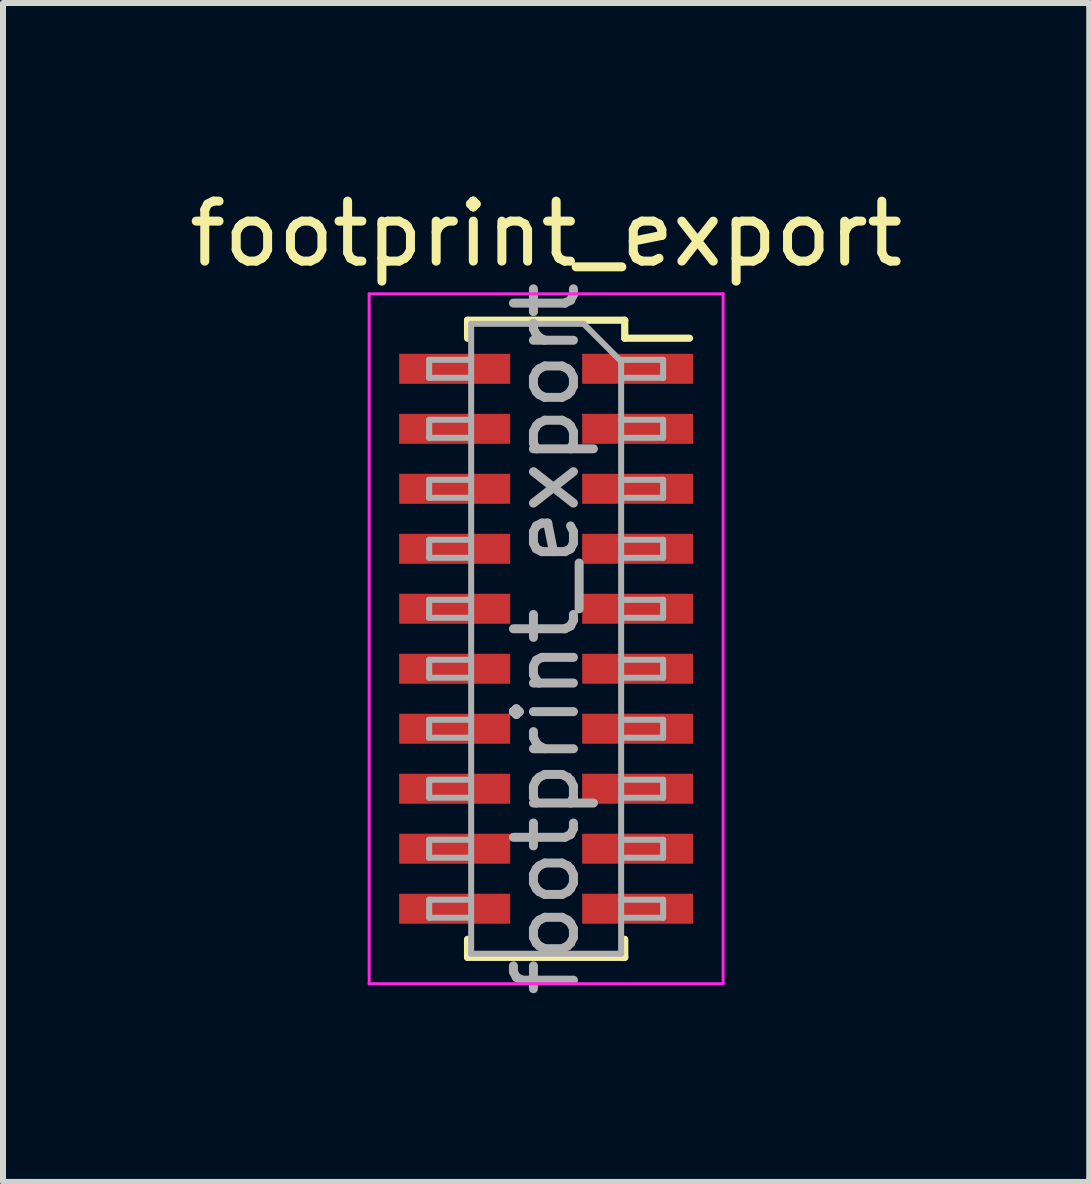
<source format=kicad_pcb>
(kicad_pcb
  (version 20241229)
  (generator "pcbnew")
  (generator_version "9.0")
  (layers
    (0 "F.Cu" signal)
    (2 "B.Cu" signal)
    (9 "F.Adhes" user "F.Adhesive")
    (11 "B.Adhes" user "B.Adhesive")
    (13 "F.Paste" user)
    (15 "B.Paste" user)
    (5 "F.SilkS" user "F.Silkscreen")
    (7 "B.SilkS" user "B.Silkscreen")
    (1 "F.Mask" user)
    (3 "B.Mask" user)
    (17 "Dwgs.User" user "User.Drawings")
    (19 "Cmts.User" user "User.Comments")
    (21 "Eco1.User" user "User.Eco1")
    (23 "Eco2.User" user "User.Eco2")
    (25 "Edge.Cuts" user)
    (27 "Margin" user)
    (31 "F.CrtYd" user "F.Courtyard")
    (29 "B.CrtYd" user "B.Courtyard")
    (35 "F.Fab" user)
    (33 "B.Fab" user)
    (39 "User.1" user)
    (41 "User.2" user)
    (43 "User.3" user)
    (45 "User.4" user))
  (footprint "footprint_export"
    (layer "F.Cu")
    (at 6.054 7.598)
    (property "Reference" "footprint_export" (at 0 -6.75 0) (layer "F.SilkS") (effects (font (size 1 1) (thickness 0.15))))
    (attr smd)
    (fp_line (start -1.31 -5.31) (end -1.31 -5.01) (stroke (width 0.12) (type solid)) (layer "F.SilkS"))
    (fp_line (start -1.31 -5.31) (end 1.31 -5.31) (stroke (width 0.12) (type solid)) (layer "F.SilkS"))
    (fp_line (start -1.31 5.01) (end -1.31 5.31) (stroke (width 0.12) (type solid)) (layer "F.SilkS"))
    (fp_line (start -1.31 5.31) (end 1.31 5.31) (stroke (width 0.12) (type solid)) (layer "F.SilkS"))
    (fp_line (start 1.31 -5.31) (end 1.31 -5.01) (stroke (width 0.12) (type solid)) (layer "F.SilkS"))
    (fp_line (start 1.31 -5.01) (end 2.39 -5.01) (stroke (width 0.12) (type solid)) (layer "F.SilkS"))
    (fp_line (start 1.31 5.01) (end 1.31 5.31) (stroke (width 0.12) (type solid)) (layer "F.SilkS"))
    (fp_line (start -2.95 -5.75) (end 2.95 -5.75) (stroke (width 0.05) (type solid)) (layer "F.CrtYd"))
    (fp_line (start -2.95 5.75) (end -2.95 -5.75) (stroke (width 0.05) (type solid)) (layer "F.CrtYd"))
    (fp_line (start 2.95 -5.75) (end 2.95 5.75) (stroke (width 0.05) (type solid)) (layer "F.CrtYd"))
    (fp_line (start 2.95 5.75) (end -2.95 5.75) (stroke (width 0.05) (type solid)) (layer "F.CrtYd"))
    (fp_line (start -1.95 -4.65) (end -1.25 -4.65) (stroke (width 0.1) (type solid)) (layer "F.Fab"))
    (fp_line (start -1.95 -4.35) (end -1.95 -4.65) (stroke (width 0.1) (type solid)) (layer "F.Fab"))
    (fp_line (start -1.95 -3.65) (end -1.25 -3.65) (stroke (width 0.1) (type solid)) (layer "F.Fab"))
    (fp_line (start -1.95 -3.35) (end -1.95 -3.65) (stroke (width 0.1) (type solid)) (layer "F.Fab"))
    (fp_line (start -1.95 -2.65) (end -1.25 -2.65) (stroke (width 0.1) (type solid)) (layer "F.Fab"))
    (fp_line (start -1.95 -2.35) (end -1.95 -2.65) (stroke (width 0.1) (type solid)) (layer "F.Fab"))
    (fp_line (start -1.95 -1.65) (end -1.25 -1.65) (stroke (width 0.1) (type solid)) (layer "F.Fab"))
    (fp_line (start -1.95 -1.35) (end -1.95 -1.65) (stroke (width 0.1) (type solid)) (layer "F.Fab"))
    (fp_line (start -1.95 -0.65) (end -1.25 -0.65) (stroke (width 0.1) (type solid)) (layer "F.Fab"))
    (fp_line (start -1.95 -0.35) (end -1.95 -0.65) (stroke (width 0.1) (type solid)) (layer "F.Fab"))
    (fp_line (start -1.95 0.35) (end -1.25 0.35) (stroke (width 0.1) (type solid)) (layer "F.Fab"))
    (fp_line (start -1.95 0.65) (end -1.95 0.35) (stroke (width 0.1) (type solid)) (layer "F.Fab"))
    (fp_line (start -1.95 1.35) (end -1.25 1.35) (stroke (width 0.1) (type solid)) (layer "F.Fab"))
    (fp_line (start -1.95 1.65) (end -1.95 1.35) (stroke (width 0.1) (type solid)) (layer "F.Fab"))
    (fp_line (start -1.95 2.35) (end -1.25 2.35) (stroke (width 0.1) (type solid)) (layer "F.Fab"))
    (fp_line (start -1.95 2.65) (end -1.95 2.35) (stroke (width 0.1) (type solid)) (layer "F.Fab"))
    (fp_line (start -1.95 3.35) (end -1.25 3.35) (stroke (width 0.1) (type solid)) (layer "F.Fab"))
    (fp_line (start -1.95 3.65) (end -1.95 3.35) (stroke (width 0.1) (type solid)) (layer "F.Fab"))
    (fp_line (start -1.95 4.35) (end -1.25 4.35) (stroke (width 0.1) (type solid)) (layer "F.Fab"))
    (fp_line (start -1.95 4.65) (end -1.95 4.35) (stroke (width 0.1) (type solid)) (layer "F.Fab"))
    (fp_line (start -1.25 -5.25) (end 0.625 -5.25) (stroke (width 0.1) (type solid)) (layer "F.Fab"))
    (fp_line (start -1.25 -4.35) (end -1.95 -4.35) (stroke (width 0.1) (type solid)) (layer "F.Fab"))
    (fp_line (start -1.25 -3.35) (end -1.95 -3.35) (stroke (width 0.1) (type solid)) (layer "F.Fab"))
    (fp_line (start -1.25 -2.35) (end -1.95 -2.35) (stroke (width 0.1) (type solid)) (layer "F.Fab"))
    (fp_line (start -1.25 -1.35) (end -1.95 -1.35) (stroke (width 0.1) (type solid)) (layer "F.Fab"))
    (fp_line (start -1.25 -0.35) (end -1.95 -0.35) (stroke (width 0.1) (type solid)) (layer "F.Fab"))
    (fp_line (start -1.25 0.65) (end -1.95 0.65) (stroke (width 0.1) (type solid)) (layer "F.Fab"))
    (fp_line (start -1.25 1.65) (end -1.95 1.65) (stroke (width 0.1) (type solid)) (layer "F.Fab"))
    (fp_line (start -1.25 2.65) (end -1.95 2.65) (stroke (width 0.1) (type solid)) (layer "F.Fab"))
    (fp_line (start -1.25 3.65) (end -1.95 3.65) (stroke (width 0.1) (type solid)) (layer "F.Fab"))
    (fp_line (start -1.25 4.65) (end -1.95 4.65) (stroke (width 0.1) (type solid)) (layer "F.Fab"))
    (fp_line (start -1.25 5.25) (end -1.25 -5.25) (stroke (width 0.1) (type solid)) (layer "F.Fab"))
    (fp_line (start 0.625 -5.25) (end 1.25 -4.625) (stroke (width 0.1) (type solid)) (layer "F.Fab"))
    (fp_line (start 1.25 -4.65) (end 1.95 -4.65) (stroke (width 0.1) (type solid)) (layer "F.Fab"))
    (fp_line (start 1.25 -4.625) (end 1.25 5.25) (stroke (width 0.1) (type solid)) (layer "F.Fab"))
    (fp_line (start 1.25 -3.65) (end 1.95 -3.65) (stroke (width 0.1) (type solid)) (layer "F.Fab"))
    (fp_line (start 1.25 -2.65) (end 1.95 -2.65) (stroke (width 0.1) (type solid)) (layer "F.Fab"))
    (fp_line (start 1.25 -1.65) (end 1.95 -1.65) (stroke (width 0.1) (type solid)) (layer "F.Fab"))
    (fp_line (start 1.25 -0.65) (end 1.95 -0.65) (stroke (width 0.1) (type solid)) (layer "F.Fab"))
    (fp_line (start 1.25 0.35) (end 1.95 0.35) (stroke (width 0.1) (type solid)) (layer "F.Fab"))
    (fp_line (start 1.25 1.35) (end 1.95 1.35) (stroke (width 0.1) (type solid)) (layer "F.Fab"))
    (fp_line (start 1.25 2.35) (end 1.95 2.35) (stroke (width 0.1) (type solid)) (layer "F.Fab"))
    (fp_line (start 1.25 3.35) (end 1.95 3.35) (stroke (width 0.1) (type solid)) (layer "F.Fab"))
    (fp_line (start 1.25 4.35) (end 1.95 4.35) (stroke (width 0.1) (type solid)) (layer "F.Fab"))
    (fp_line (start 1.25 5.25) (end -1.25 5.25) (stroke (width 0.1) (type solid)) (layer "F.Fab"))
    (fp_line (start 1.95 -4.65) (end 1.95 -4.35) (stroke (width 0.1) (type solid)) (layer "F.Fab"))
    (fp_line (start 1.95 -4.35) (end 1.25 -4.35) (stroke (width 0.1) (type solid)) (layer "F.Fab"))
    (fp_line (start 1.95 -3.65) (end 1.95 -3.35) (stroke (width 0.1) (type solid)) (layer "F.Fab"))
    (fp_line (start 1.95 -3.35) (end 1.25 -3.35) (stroke (width 0.1) (type solid)) (layer "F.Fab"))
    (fp_line (start 1.95 -2.65) (end 1.95 -2.35) (stroke (width 0.1) (type solid)) (layer "F.Fab"))
    (fp_line (start 1.95 -2.35) (end 1.25 -2.35) (stroke (width 0.1) (type solid)) (layer "F.Fab"))
    (fp_line (start 1.95 -1.65) (end 1.95 -1.35) (stroke (width 0.1) (type solid)) (layer "F.Fab"))
    (fp_line (start 1.95 -1.35) (end 1.25 -1.35) (stroke (width 0.1) (type solid)) (layer "F.Fab"))
    (fp_line (start 1.95 -0.65) (end 1.95 -0.35) (stroke (width 0.1) (type solid)) (layer "F.Fab"))
    (fp_line (start 1.95 -0.35) (end 1.25 -0.35) (stroke (width 0.1) (type solid)) (layer "F.Fab"))
    (fp_line (start 1.95 0.35) (end 1.95 0.65) (stroke (width 0.1) (type solid)) (layer "F.Fab"))
    (fp_line (start 1.95 0.65) (end 1.25 0.65) (stroke (width 0.1) (type solid)) (layer "F.Fab"))
    (fp_line (start 1.95 1.35) (end 1.95 1.65) (stroke (width 0.1) (type solid)) (layer "F.Fab"))
    (fp_line (start 1.95 1.65) (end 1.25 1.65) (stroke (width 0.1) (type solid)) (layer "F.Fab"))
    (fp_line (start 1.95 2.35) (end 1.95 2.65) (stroke (width 0.1) (type solid)) (layer "F.Fab"))
    (fp_line (start 1.95 2.65) (end 1.25 2.65) (stroke (width 0.1) (type solid)) (layer "F.Fab"))
    (fp_line (start 1.95 3.35) (end 1.95 3.65) (stroke (width 0.1) (type solid)) (layer "F.Fab"))
    (fp_line (start 1.95 3.65) (end 1.25 3.65) (stroke (width 0.1) (type solid)) (layer "F.Fab"))
    (fp_line (start 1.95 4.35) (end 1.95 4.65) (stroke (width 0.1) (type solid)) (layer "F.Fab"))
    (fp_line (start 1.95 4.65) (end 1.25 4.65) (stroke (width 0.1) (type solid)) (layer "F.Fab"))
    (fp_text user "${REFERENCE}" (at 0 0 90) (layer "F.Fab") (effects (font (size 1 1) (thickness 0.15))))
    (pad "1" smd rect (at 1.525 -4.5) (size 1.85 0.5) (layers "F.Cu" "F.Mask" "F.Paste"))
    (pad "2" smd rect (at -1.525 -4.5) (size 1.85 0.5) (layers "F.Cu" "F.Mask" "F.Paste"))
    (pad "3" smd rect (at 1.525 -3.5) (size 1.85 0.5) (layers "F.Cu" "F.Mask" "F.Paste"))
    (pad "4" smd rect (at -1.525 -3.5) (size 1.85 0.5) (layers "F.Cu" "F.Mask" "F.Paste"))
    (pad "5" smd rect (at 1.525 -2.5) (size 1.85 0.5) (layers "F.Cu" "F.Mask" "F.Paste"))
    (pad "6" smd rect (at -1.525 -2.5) (size 1.85 0.5) (layers "F.Cu" "F.Mask" "F.Paste"))
    (pad "7" smd rect (at 1.525 -1.5) (size 1.85 0.5) (layers "F.Cu" "F.Mask" "F.Paste"))
    (pad "8" smd rect (at -1.525 -1.5) (size 1.85 0.5) (layers "F.Cu" "F.Mask" "F.Paste"))
    (pad "9" smd rect (at 1.525 -0.5) (size 1.85 0.5) (layers "F.Cu" "F.Mask" "F.Paste"))
    (pad "10" smd rect (at -1.525 -0.5) (size 1.85 0.5) (layers "F.Cu" "F.Mask" "F.Paste"))
    (pad "11" smd rect (at 1.525 0.5) (size 1.85 0.5) (layers "F.Cu" "F.Mask" "F.Paste"))
    (pad "12" smd rect (at -1.525 0.5) (size 1.85 0.5) (layers "F.Cu" "F.Mask" "F.Paste"))
    (pad "13" smd rect (at 1.525 1.5) (size 1.85 0.5) (layers "F.Cu" "F.Mask" "F.Paste"))
    (pad "14" smd rect (at -1.525 1.5) (size 1.85 0.5) (layers "F.Cu" "F.Mask" "F.Paste"))
    (pad "15" smd rect (at 1.525 2.5) (size 1.85 0.5) (layers "F.Cu" "F.Mask" "F.Paste"))
    (pad "16" smd rect (at -1.525 2.5) (size 1.85 0.5) (layers "F.Cu" "F.Mask" "F.Paste"))
    (pad "17" smd rect (at 1.525 3.5) (size 1.85 0.5) (layers "F.Cu" "F.Mask" "F.Paste"))
    (pad "18" smd rect (at -1.525 3.5) (size 1.85 0.5) (layers "F.Cu" "F.Mask" "F.Paste"))
    (pad "19" smd rect (at 1.525 4.5) (size 1.85 0.5) (layers "F.Cu" "F.Mask" "F.Paste"))
    (pad "20" smd rect (at -1.525 4.5) (size 1.85 0.5) (layers "F.Cu" "F.Mask" "F.Paste")))
  (gr_rect
    (start -3 -3)
    (end 15.107 16.652)
    (stroke (width 0.1) (type default))
    (fill no)
    (layer "Edge.Cuts")))
</source>
